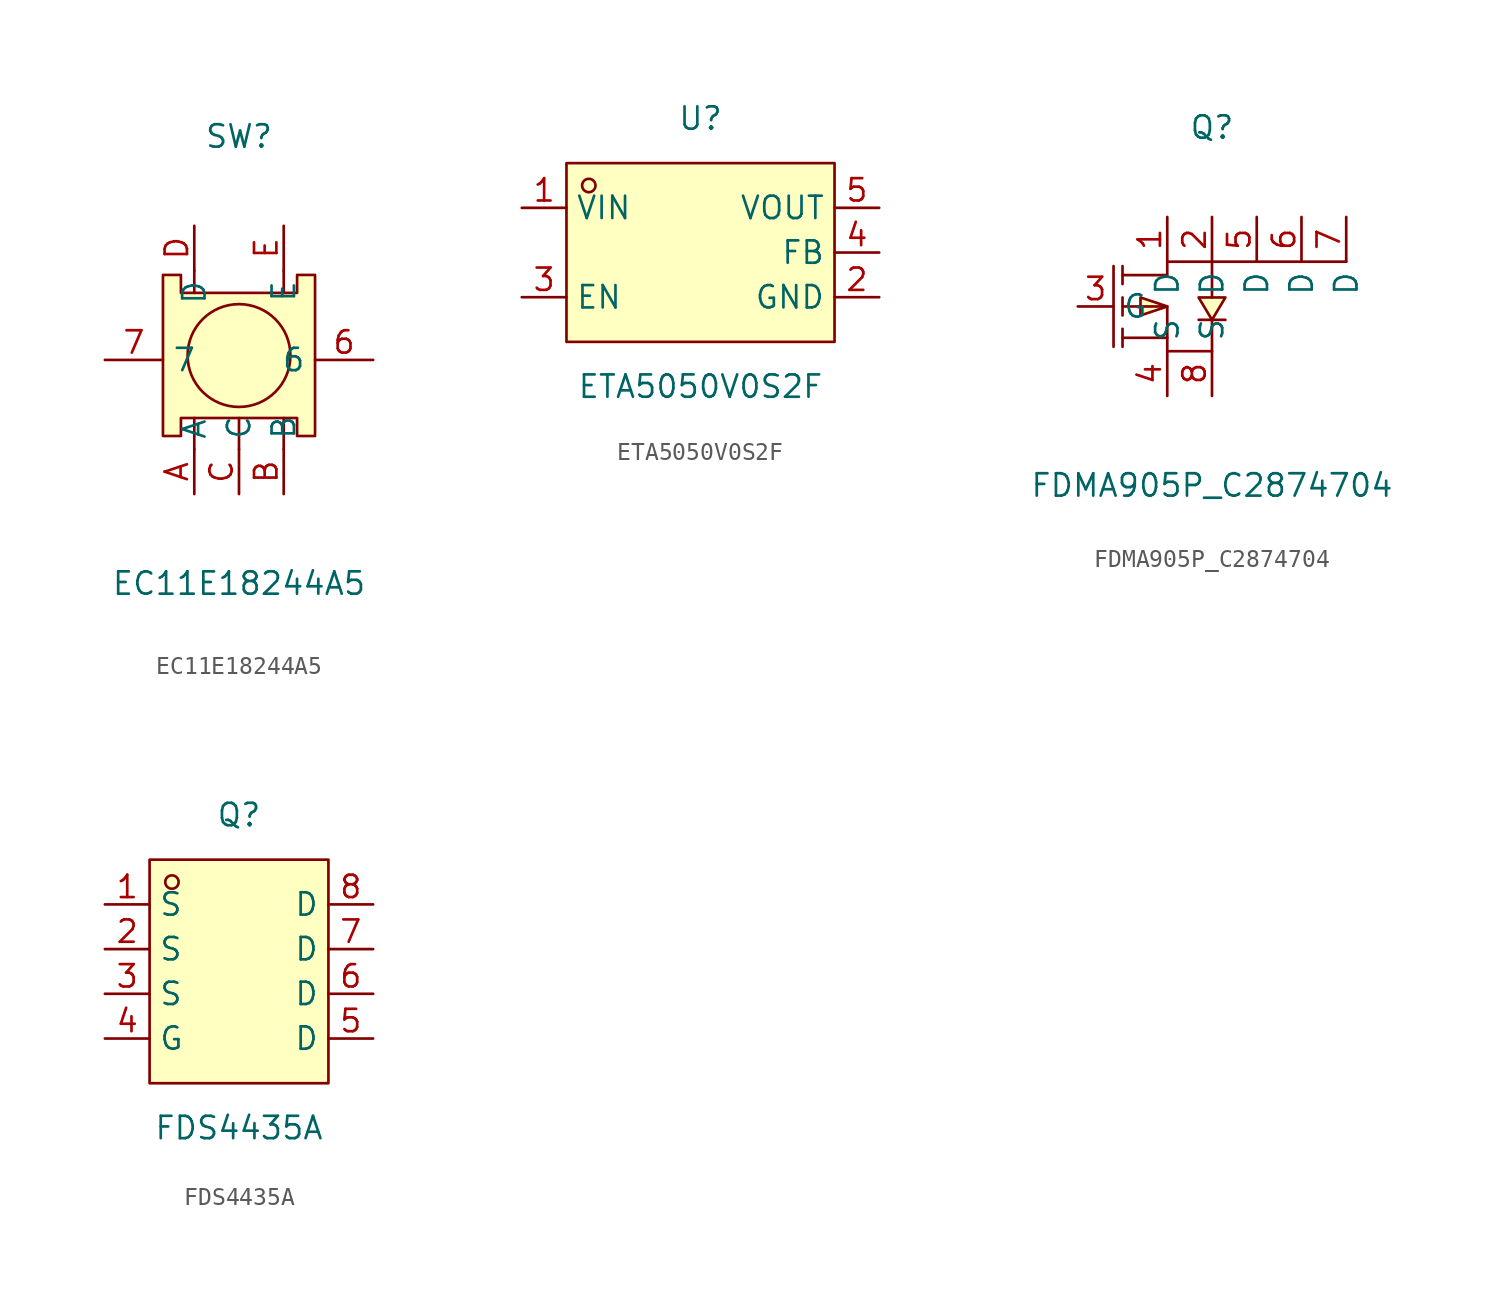
<source format=kicad_sym>
(kicad_symbol_lib
  (version 20211014)
  (generator https://github.com/uPesy/easyeda2kicad.py)
  (symbol "EC11E18244A5"
    (property "Reference" "SW"
      (at 0 12.70 0)
      (effects (font (size 1.27 1.27))))
    (property "Value" "EC11E18244A5"
      (at 0 -12.70 0)
      (effects (font (size 1.27 1.27))))
    (symbol "EC11E18244A5_0_1"
      (circle (center 0.00 0.25) (radius 2.92) (stroke (width 0) (type default) (color 0 0 0 0)) (fill (type none)))
      (polyline (pts (xy -4.32 -4.32) (xy -3.56 -4.32) (xy -3.30 -4.32) (xy -3.30 -3.30) (xy 3.30 -3.30) (xy 3.30 -4.32) (xy 4.32 -4.32) (xy 4.32 4.83) (xy 3.30 4.83) (xy 3.30 3.81) (xy -3.30 3.81) (xy -3.30 4.83) (xy -4.32 4.83) (xy -4.32 -4.32)) (stroke (width 0) (type default) (color 0 0 0 0)) (fill (type background)))
      (polyline (pts (xy -2.54 -3.30) (xy -2.54 -5.08) (xy -2.54 -5.08)) (stroke (width 0) (type default) (color 0 0 0 0)) (fill (type none)))
      (polyline (pts (xy 0.00 -3.30) (xy 0.00 -5.08)) (stroke (width 0) (type default) (color 0 0 0 0)) (fill (type none)))
      (polyline (pts (xy 2.54 -3.30) (xy 2.54 -5.08)) (stroke (width 0) (type default) (color 0 0 0 0)) (fill (type none)))
      (polyline (pts (xy -2.54 3.81) (xy -2.54 5.08)) (stroke (width 0) (type default) (color 0 0 0 0)) (fill (type none)))
      (polyline (pts (xy 2.54 3.81) (xy 2.54 5.08)) (stroke (width 0) (type default) (color 0 0 0 0)) (fill (type none)))
      (pin unspecified line (at -2.54 -7.62 90) (length 2.54) (name "A" (effects (font (size 1.27 1.27)))) (number "A" (effects (font (size 1.27 1.27)))))
      (pin unspecified line (at 2.54 -7.62 90) (length 2.54) (name "B" (effects (font (size 1.27 1.27)))) (number "B" (effects (font (size 1.27 1.27)))))
      (pin unspecified line (at 0.00 -7.62 90) (length 2.54) (name "C" (effects (font (size 1.27 1.27)))) (number "C" (effects (font (size 1.27 1.27)))))
      (pin unspecified line (at -2.54 7.62 270) (length 2.54) (name "D" (effects (font (size 1.27 1.27)))) (number "D" (effects (font (size 1.27 1.27)))))
      (pin unspecified line (at 2.54 7.62 270) (length 2.54) (name "E" (effects (font (size 1.27 1.27)))) (number "E" (effects (font (size 1.27 1.27)))))
      (pin unspecified line (at 7.62 -0.00 180) (length 3.302) (name "6" (effects (font (size 1.27 1.27)))) (number "6" (effects (font (size 1.27 1.27)))))
      (pin unspecified line (at -7.62 -0.00 0) (length 3.302) (name "7" (effects (font (size 1.27 1.27)))) (number "7" (effects (font (size 1.27 1.27)))))))
  (symbol "ETA5050V0S2F"
    (property "Reference" "U"
      (at 0 7.62 0)
      (effects (font (size 1.27 1.27))))
    (property "Value" "ETA5050V0S2F"
      (at 0 -7.62 0)
      (effects (font (size 1.27 1.27))))
    (symbol "ETA5050V0S2F_0_1"
      (rectangle (start -7.62 5.08) (end 7.62 -5.08) (stroke (width 0) (type default) (color 0 0 0 0)) (fill (type background)))
      (circle (center -6.35 3.81) (radius 0.38) (stroke (width 0) (type default) (color 0 0 0 0)) (fill (type none)))
      (pin unspecified line (at -10.16 2.54 0) (length 2.54) (name "VIN" (effects (font (size 1.27 1.27)))) (number "1" (effects (font (size 1.27 1.27)))))
      (pin unspecified line (at 10.16 -2.54 180) (length 2.54) (name "GND" (effects (font (size 1.27 1.27)))) (number "2" (effects (font (size 1.27 1.27)))))
      (pin unspecified line (at -10.16 -2.54 0) (length 2.54) (name "EN" (effects (font (size 1.27 1.27)))) (number "3" (effects (font (size 1.27 1.27)))))
      (pin unspecified line (at 10.16 -0.00 180) (length 2.54) (name "FB" (effects (font (size 1.27 1.27)))) (number "4" (effects (font (size 1.27 1.27)))))
      (pin unspecified line (at 10.16 2.54 180) (length 2.54) (name "VOUT" (effects (font (size 1.27 1.27)))) (number "5" (effects (font (size 1.27 1.27)))))))
  (symbol "FDMA905P_C2874704"
    (property "Reference" "Q"
      (at 0 10.16 0)
      (effects (font (size 1.27 1.27))))
    (property "Value" "FDMA905P_C2874704"
      (at 0 -10.16 0)
      (effects (font (size 1.27 1.27))))
    (symbol "FDMA905P_C2874704_0_1"
      (polyline (pts (xy 0.76 -0.76) (xy 0.51 -0.76) (xy -0.51 -0.76) (xy -0.76 -0.76)) (stroke (width 0) (type default) (color 0 0 0 0)) (fill (type none)))
      (polyline (pts (xy -5.08 -2.29) (xy -5.08 -1.27)) (stroke (width 0) (type default) (color 0 0 0 0)) (fill (type none)))
      (polyline (pts (xy -5.08 -0.51) (xy -5.08 0.51)) (stroke (width 0) (type default) (color 0 0 0 0)) (fill (type none)))
      (polyline (pts (xy -5.08 2.29) (xy -5.08 1.27)) (stroke (width 0) (type default) (color 0 0 0 0)) (fill (type none)))
      (polyline (pts (xy -5.59 2.29) (xy -5.59 -2.29)) (stroke (width 0) (type default) (color 0 0 0 0)) (fill (type none)))
      (polyline (pts (xy -2.54 -1.78) (xy -5.08 -1.78)) (stroke (width 0) (type default) (color 0 0 0 0)) (fill (type none)))
      (polyline (pts (xy -5.08 -0.00) (xy -2.54 -0.00) (xy -2.54 -2.54) (xy 0.00 -2.54) (xy 0.00 -2.54) (xy 0.00 -0.76)) (stroke (width 0) (type default) (color 0 0 0 0)) (fill (type none)))
      (polyline (pts (xy -5.08 1.78) (xy -2.54 1.78) (xy -2.54 2.54) (xy 7.62 2.54) (xy 0.00 2.54) (xy 0.00 0.51)) (stroke (width 0) (type default) (color 0 0 0 0)) (fill (type none)))
      (polyline (pts (xy 0.00 -0.76) (xy -0.76 0.51) (xy 0.76 0.51) (xy 0.00 -0.76)) (stroke (width 0) (type default) (color 0 0 0 0)) (fill (type background)))
      (polyline (pts (xy -2.54 -0.00) (xy -4.06 0.51) (xy -4.06 -0.51) (xy -2.54 -0.00)) (stroke (width 0) (type default) (color 0 0 0 0)) (fill (type background)))
      (pin unspecified line (at 5.08 5.08 270) (length 2.54) (name "D" (effects (font (size 1.27 1.27)))) (number "6" (effects (font (size 1.27 1.27)))))
      (pin unspecified line (at 2.54 5.08 270) (length 2.54) (name "D" (effects (font (size 1.27 1.27)))) (number "5" (effects (font (size 1.27 1.27)))))
      (pin unspecified line (at -2.54 -5.08 90) (length 2.54) (name "S" (effects (font (size 1.27 1.27)))) (number "4" (effects (font (size 1.27 1.27)))))
      (pin unspecified line (at 0.00 -5.08 90) (length 2.54) (name "S" (effects (font (size 1.27 1.27)))) (number "8" (effects (font (size 1.27 1.27)))))
      (pin unspecified line (at 0.00 5.08 270) (length 2.54) (name "D" (effects (font (size 1.27 1.27)))) (number "2" (effects (font (size 1.27 1.27)))))
      (pin unspecified line (at -7.62 -0.00 0) (length 2.032) (name "G" (effects (font (size 1.27 1.27)))) (number "3" (effects (font (size 1.27 1.27)))))
      (pin unspecified line (at -2.54 5.08 270) (length 2.54) (name "D" (effects (font (size 1.27 1.27)))) (number "1" (effects (font (size 1.27 1.27)))))
      (pin unspecified line (at 7.62 5.08 270) (length 2.54) (name "D" (effects (font (size 1.27 1.27)))) (number "7" (effects (font (size 1.27 1.27)))))))
  (symbol "FDS4435A"
    (property "Reference" "Q"
      (at 0 7.62 0)
      (effects (font (size 1.27 1.27))))
    (property "Value" "FDS4435A"
      (at 0 -10.16 0)
      (effects (font (size 1.27 1.27))))
    (symbol "FDS4435A_0_1"
      (rectangle (start -5.08 5.08) (end 5.08 -7.62) (stroke (width 0) (type default) (color 0 0 0 0)) (fill (type background)))
      (circle (center -3.81 3.81) (radius 0.38) (stroke (width 0) (type default) (color 0 0 0 0)) (fill (type none)))
      (pin unspecified line (at -7.62 2.54 0) (length 2.54) (name "S" (effects (font (size 1.27 1.27)))) (number "1" (effects (font (size 1.27 1.27)))))
      (pin unspecified line (at -7.62 -0.00 0) (length 2.54) (name "S" (effects (font (size 1.27 1.27)))) (number "2" (effects (font (size 1.27 1.27)))))
      (pin unspecified line (at -7.62 -2.54 0) (length 2.54) (name "S" (effects (font (size 1.27 1.27)))) (number "3" (effects (font (size 1.27 1.27)))))
      (pin unspecified line (at -7.62 -5.08 0) (length 2.54) (name "G" (effects (font (size 1.27 1.27)))) (number "4" (effects (font (size 1.27 1.27)))))
      (pin unspecified line (at 7.62 -5.08 180) (length 2.54) (name "D" (effects (font (size 1.27 1.27)))) (number "5" (effects (font (size 1.27 1.27)))))
      (pin unspecified line (at 7.62 -2.54 180) (length 2.54) (name "D" (effects (font (size 1.27 1.27)))) (number "6" (effects (font (size 1.27 1.27)))))
      (pin unspecified line (at 7.62 -0.00 180) (length 2.54) (name "D" (effects (font (size 1.27 1.27)))) (number "7" (effects (font (size 1.27 1.27)))))
      (pin unspecified line (at 7.62 2.54 180) (length 2.54) (name "D" (effects (font (size 1.27 1.27)))) (number "8" (effects (font (size 1.27 1.27))))))))
</source>
